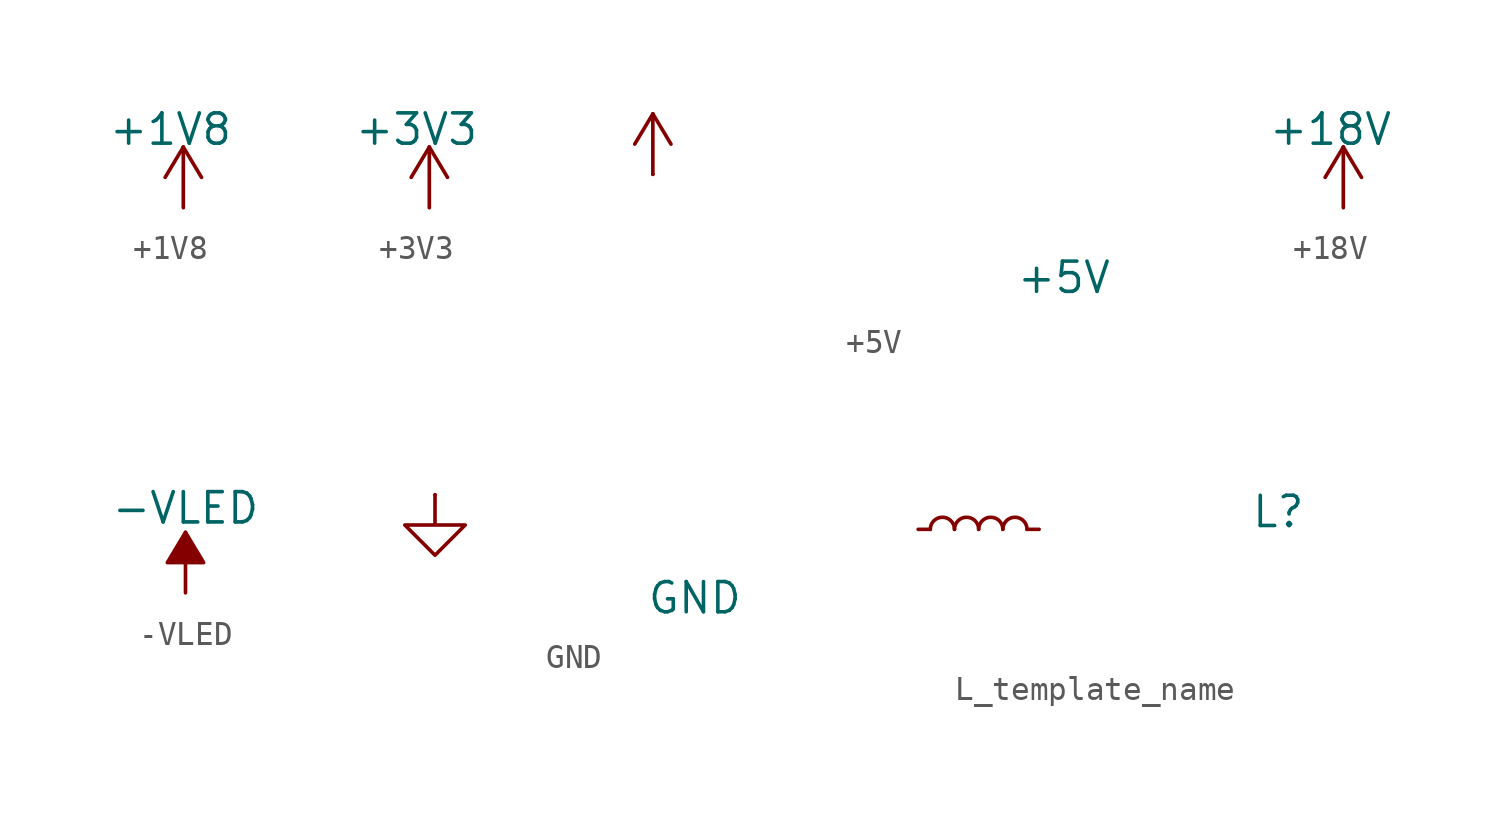
<source format=kicad_sym>
(kicad_symbol_lib
  (version 20211014)
  (generator kmake_loclib)
  (symbol "+1V8"
    (power)
    (pin_numbers hide)
    (pin_names hide)
    (property "Reference" "#PWR"
      (at 15.24 -2.54 0)
      (effects (font (size 1.27 1.27) (thickness 0.15)) (justify left bottom) hide))
    (property "Value" "+1V8"
      (at -3.175 2.54 0)
      (effects (font (size 1.27 1.27) (thickness 0.15)) (justify left bottom)))
    (symbol "+1V8_1_1"
      (polyline (pts (xy -0.762 1.27) (xy 0 2.54)) (stroke (width 0) (type default)) (fill (type background)))
      (polyline (pts (xy 0 0) (xy 0 2.54)) (stroke (width 0) (type default)) (fill (type background)))
      (polyline (pts (xy 0 2.54) (xy 0.762 1.27)) (stroke (width 0) (type default)) (fill (type background)))
      (pin power_in line (at 0 0 90) (length 0) hide (name "+1V8" (effects (font (size 1.27 1.27)))) (number "1" (effects (font (size 1.27 1.27)))))))
  (symbol "+3V3"
    (power)
    (pin_numbers hide)
    (pin_names hide)
    (property "Reference" "#PWR"
      (at 15.24 0 0)
      (effects (font (size 1.27 1.27) (thickness 0.15)) (justify left bottom) hide))
    (property "Value" "+3V3"
      (at -3.175 2.54 0)
      (effects (font (size 1.27 1.27) (thickness 0.15)) (justify left bottom)))
    (symbol "+3V3_0_1"
      (polyline (pts (xy 0 0) (xy 0 2.54)) (stroke (width 0) (type default)) (fill (type none)))
      (polyline (pts (xy 0 2.54) (xy -0.762 1.27)) (stroke (width 0) (type default)) (fill (type none)))
      (polyline (pts (xy 0 2.54) (xy 0.762 1.27)) (stroke (width 0) (type default)) (fill (type none))))
    (symbol "+3V3_1_1"
      (pin power_in line (at 0 0 90) (length 0) hide (name "+3V3" (effects (font (size 1.27 1.27)))) (number "1" (effects (font (size 1.27 1.27)))))))
  (symbol "+5V"
    (power)
    (pin_numbers hide)
    (pin_names hide)
    (property "Reference" "#PWR"
      (at 15.24 -2.54 0)
      (effects (font (size 1.27 1.27) (thickness 0.15)) (justify left bottom) hide))
    (property "Value" "+5V"
      (at 15.24 -5.08 0)
      (effects (font (size 1.27 1.27) (thickness 0.15)) (justify left bottom)))
    (symbol "+5V_1_1"
      (polyline (pts (xy -0.762 1.27) (xy 0 2.54)) (stroke (width 0) (type default)) (fill (type background)))
      (polyline (pts (xy 0 0) (xy 0 2.54)) (stroke (width 0) (type default)) (fill (type background)))
      (polyline (pts (xy 0 2.54) (xy 0.762 1.27)) (stroke (width 0) (type default)) (fill (type background)))
      (pin power_in line (at 0 0 90) (length 0) (name "+5V" (effects (font (size 1.27 1.27)))) (number "1" (effects (font (size 1.27 1.27)))))))
  (symbol "+18V"
    (power)
    (pin_numbers hide)
    (pin_names hide)
    (property "Reference" "#PWR"
      (at 15.24 0 0)
      (effects (font (size 1.27 1.27) (thickness 0.15)) (justify left bottom) hide))
    (property "Value" "+18V"
      (at -3.175 2.54 0)
      (effects (font (size 1.27 1.27) (thickness 0.15)) (justify left bottom)))
    (symbol "+18V_0_1"
      (polyline (pts (xy 0 0) (xy 0 2.54)) (stroke (width 0) (type default)) (fill (type none)))
      (polyline (pts (xy 0 2.54) (xy -0.762 1.27)) (stroke (width 0) (type default)) (fill (type none)))
      (polyline (pts (xy 0 2.54) (xy 0.762 1.27)) (stroke (width 0) (type default)) (fill (type none))))
    (symbol "+18V_1_1"
      (pin power_in line (at 0 0 90) (length 0) hide (name "+18V" (effects (font (size 1.27 1.27)))) (number "1" (effects (font (size 1.27 1.27)))))))
  (symbol "-VLED"
    (power)
    (pin_names
      (offset 0))
    (property "Reference" "#PWR"
      (at 0 -3.81 0)
      (effects (font (size 1.27 1.27)) hide))
    (property "Value" "-VLED"
      (at 0 3.556 0)
      (effects (font (size 1.27 1.27))))
    (symbol "-VLED_0_1"
      (polyline (pts (xy 0 0) (xy 0 2.54)) (stroke (width 0) (type default)) (fill (type none)))
      (polyline (pts (xy 0.762 1.27) (xy -0.762 1.27) (xy 0 2.54) (xy 0.762 1.27)) (stroke (width 0) (type default)) (fill (type outline))))
    (symbol "-VLED_1_1"
      (pin power_in line (at 0 0 90) (length 0) hide (name "-VLED" (effects (font (size 1.27 1.27)))) (number "1" (effects (font (size 1.27 1.27)))))))
  (symbol "GND"
    (power)
    (pin_numbers hide)
    (pin_names hide)
    (property "Reference" "#PWR"
      (at 8.89 -2.54 0)
      (effects (font (size 1.27 1.27) (thickness 0.15)) (justify left bottom) hide))
    (property "Value" "GND"
      (at 8.89 -5.08 0)
      (effects (font (size 1.27 1.27) (thickness 0.15)) (justify left bottom)))
    (symbol "GND_1_1"
      (polyline (pts (xy 0 0) (xy 0 -1.27) (xy 1.27 -1.27) (xy 0 -2.54) (xy -1.27 -1.27) (xy 0 -1.27)) (stroke (width 0) (type default)) (fill (type none)))
      (pin power_in line (at 0 0 270) (length 0) (name "GND" (effects (font (size 1.27 1.27)))) (number "1" (effects (font (size 1.27 1.27)))))))
  (symbol "L_template_name"
    (pin_numbers hide)
    (pin_names hide)
    (property "Reference" "L"
      (at 13.97 0 0)
      (effects (font (size 1.27 1.27) (thickness 0.15)) (justify left bottom)))
    (property "Val" ""
      (at 13.97 -5.08 0)
      (effects (font (size 1.27 1.27) (thickness 0.15)) (justify left bottom)))
    (symbol "L_template_name_0_1"
      (arc (start 1.524 0) (mid 1.016 0.5058) (end 0.508 0) (stroke (width 0) (type default)) (fill (type none)))
      (arc (start 2.54 0) (mid 2.032 0.5058) (end 1.524 0) (stroke (width 0) (type default)) (fill (type none)))
      (arc (start 3.556 0) (mid 3.048 0.5058) (end 2.54 0) (stroke (width 0) (type default)) (fill (type none)))
      (arc (start 4.572 0) (mid 4.064 0.5058) (end 3.556 0) (stroke (width 0) (type default)) (fill (type none))))
    (symbol "L_template_name_1_1"
      (pin passive line (at 0 0 0) (length 0.508) (name "~" (effects (font (size 1.27 1.27)))) (number "1" (effects (font (size 1.27 1.27)))))
      (pin passive line (at 5.08 0 180) (length 0.508) (name "~" (effects (font (size 1.27 1.27)))) (number "2" (effects (font (size 1.27 1.27))))))))
</source>
